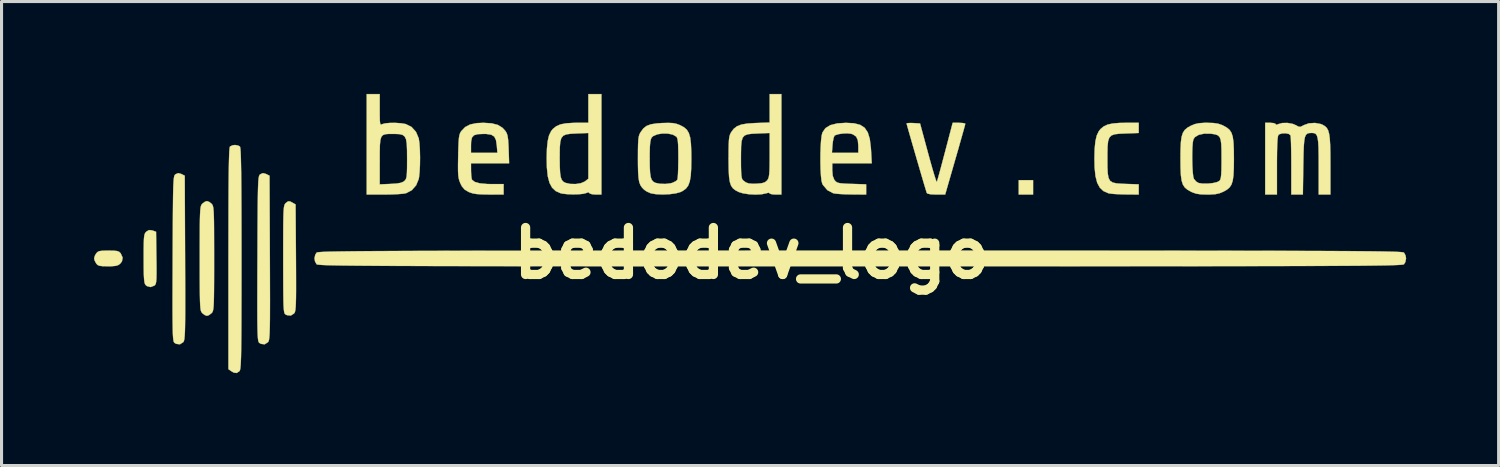
<source format=kicad_pcb>
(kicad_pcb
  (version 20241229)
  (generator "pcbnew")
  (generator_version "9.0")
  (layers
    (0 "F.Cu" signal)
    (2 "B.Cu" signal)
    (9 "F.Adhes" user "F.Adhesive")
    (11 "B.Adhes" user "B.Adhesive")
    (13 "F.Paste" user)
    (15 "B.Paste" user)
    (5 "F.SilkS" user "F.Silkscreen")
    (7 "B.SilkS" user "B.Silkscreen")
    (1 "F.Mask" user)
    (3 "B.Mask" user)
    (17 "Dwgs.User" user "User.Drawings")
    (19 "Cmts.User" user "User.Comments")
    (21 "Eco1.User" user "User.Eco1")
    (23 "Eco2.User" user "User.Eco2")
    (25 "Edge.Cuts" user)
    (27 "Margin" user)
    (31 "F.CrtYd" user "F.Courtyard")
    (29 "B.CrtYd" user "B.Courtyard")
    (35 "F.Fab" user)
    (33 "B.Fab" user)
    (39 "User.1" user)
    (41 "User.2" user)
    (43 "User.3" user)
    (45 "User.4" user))
  (footprint "bedodev_logo"
    (layer "F.Cu")
    (at 21.341 5.17)
    (property "Reference" "bedodev_logo" (at 0 0 0) (layer "F.SilkS") (effects (font (size 1.524 1.524) (thickness 0.3))))
    (attr through_hole)
    (fp_poly (pts (xy 9.144 -1.905) (xy 8.678 -1.905) (xy 8.678 -2.371) (xy 9.144 -2.371) (xy 9.144 -1.905)) (stroke (width 0.01) (type solid)) (fill yes) (layer "F.SilkS"))
    (fp_poly (pts (xy -20.699 -0.082) (xy -20.591 -0.071) (xy -20.525 -0.047) (xy -20.48 -0.004) (xy -20.471 0.009) (xy -20.41 0.144) (xy -20.433 0.265) (xy -20.489 0.339) (xy -20.551 0.384) (xy -20.636 0.41) (xy -20.768 0.422) (xy -20.889 0.423) (xy -21.056 0.42) (xy -21.16 0.408) (xy -21.223 0.381) (xy -21.268 0.333) (xy -21.27 0.329) (xy -21.32 0.235) (xy -21.336 0.169) (xy -21.313 0.086) (xy -21.27 0.009) (xy -21.227 -0.038) (xy -21.169 -0.067) (xy -21.072 -0.08) (xy -20.918 -0.085) (xy -20.87 -0.085) (xy -20.699 -0.082)) (stroke (width 0.01) (type solid)) (fill yes) (layer "F.SilkS"))
    (fp_poly (pts (xy -19.455 -0.742) (xy -19.44 -0.737) (xy -19.325 -0.697) (xy -19.314 0.149) (xy -19.31 0.44) (xy -19.31 0.658) (xy -19.313 0.814) (xy -19.321 0.919) (xy -19.334 0.986) (xy -19.353 1.026) (xy -19.375 1.048) (xy -19.501 1.098) (xy -19.62 1.067) (xy -19.661 1.034) (xy -19.685 0.998) (xy -19.702 0.937) (xy -19.714 0.839) (xy -19.722 0.693) (xy -19.726 0.486) (xy -19.727 0.208) (xy -19.727 0.173) (xy -19.727 -0.106) (xy -19.724 -0.313) (xy -19.719 -0.461) (xy -19.709 -0.56) (xy -19.694 -0.625) (xy -19.671 -0.668) (xy -19.641 -0.7) (xy -19.555 -0.752) (xy -19.455 -0.742)) (stroke (width 0.01) (type solid)) (fill yes) (layer "F.SilkS"))
    (fp_poly (pts (xy -14.976 -1.682) (xy -14.909 -1.648) (xy -14.796 -1.584) (xy -14.784 0.146) (xy -14.782 0.578) (xy -14.781 0.932) (xy -14.781 1.218) (xy -14.783 1.443) (xy -14.787 1.615) (xy -14.793 1.742) (xy -14.802 1.832) (xy -14.813 1.892) (xy -14.827 1.93) (xy -14.844 1.954) (xy -14.951 2.023) (xy -15.075 2.01) (xy -15.124 1.986) (xy -15.142 1.971) (xy -15.157 1.942) (xy -15.169 1.893) (xy -15.178 1.816) (xy -15.186 1.702) (xy -15.191 1.544) (xy -15.194 1.335) (xy -15.196 1.067) (xy -15.197 0.731) (xy -15.198 0.321) (xy -15.198 0.195) (xy -15.198 -0.236) (xy -15.197 -0.589) (xy -15.196 -0.874) (xy -15.193 -1.099) (xy -15.189 -1.27) (xy -15.182 -1.397) (xy -15.174 -1.486) (xy -15.162 -1.547) (xy -15.148 -1.586) (xy -15.13 -1.613) (xy -15.11 -1.632) (xy -15.04 -1.684) (xy -14.976 -1.682)) (stroke (width 0.01) (type solid)) (fill yes) (layer "F.SilkS"))
    (fp_poly (pts (xy 12.573 -3.903) (xy 12.146 -3.888) (xy 11.941 -3.879) (xy 11.79 -3.861) (xy 11.685 -3.822) (xy 11.618 -3.751) (xy 11.579 -3.636) (xy 11.562 -3.466) (xy 11.557 -3.228) (xy 11.557 -3.069) (xy 11.558 -2.791) (xy 11.568 -2.586) (xy 11.594 -2.443) (xy 11.645 -2.349) (xy 11.728 -2.295) (xy 11.854 -2.267) (xy 12.029 -2.255) (xy 12.146 -2.25) (xy 12.573 -2.236) (xy 12.573 -1.905) (xy 12.139 -1.909) (xy 11.942 -1.914) (xy 11.764 -1.924) (xy 11.631 -1.939) (xy 11.583 -1.949) (xy 11.428 -2.018) (xy 11.311 -2.128) (xy 11.226 -2.286) (xy 11.17 -2.502) (xy 11.141 -2.785) (xy 11.135 -3.082) (xy 11.143 -3.395) (xy 11.168 -3.638) (xy 11.211 -3.822) (xy 11.277 -3.96) (xy 11.335 -4.033) (xy 11.437 -4.117) (xy 11.564 -4.176) (xy 11.732 -4.212) (xy 11.957 -4.23) (xy 12.16 -4.233) (xy 12.573 -4.233) (xy 12.573 -3.903)) (stroke (width 0.01) (type solid)) (fill yes) (layer "F.SilkS"))
    (fp_poly (pts (xy 6.857 -4.227) (xy 6.931 -4.212) (xy 6.943 -4.202) (xy 6.932 -4.154) (xy 6.9 -4.036) (xy 6.85 -3.858) (xy 6.786 -3.631) (xy 6.711 -3.365) (xy 6.626 -3.072) (xy 6.616 -3.037) (xy 6.29 -1.905) (xy 6.001 -1.905) (xy 5.816 -1.913) (xy 5.714 -1.938) (xy 5.693 -1.958) (xy 5.674 -2.018) (xy 5.636 -2.144) (xy 5.582 -2.323) (xy 5.518 -2.542) (xy 5.446 -2.788) (xy 5.37 -3.049) (xy 5.294 -3.311) (xy 5.221 -3.563) (xy 5.156 -3.79) (xy 5.101 -3.981) (xy 5.062 -4.122) (xy 5.04 -4.2) (xy 5.038 -4.212) (xy 5.076 -4.224) (xy 5.173 -4.228) (xy 5.256 -4.225) (xy 5.475 -4.212) (xy 5.737 -3.243) (xy 5.811 -2.973) (xy 5.878 -2.736) (xy 5.936 -2.541) (xy 5.981 -2.4) (xy 6.01 -2.322) (xy 6.019 -2.311) (xy 6.035 -2.362) (xy 6.07 -2.482) (xy 6.119 -2.66) (xy 6.179 -2.884) (xy 6.247 -3.141) (xy 6.287 -3.291) (xy 6.534 -4.233) (xy 6.738 -4.233) (xy 6.857 -4.227)) (stroke (width 0.01) (type solid)) (fill yes) (layer "F.SilkS"))
    (fp_poly (pts (xy -18.516 -2.577) (xy -18.499 -2.569) (xy -18.394 -2.516) (xy -18.383 0.146) (xy -18.381 0.689) (xy -18.379 1.155) (xy -18.379 1.548) (xy -18.379 1.875) (xy -18.381 2.143) (xy -18.384 2.357) (xy -18.388 2.525) (xy -18.394 2.652) (xy -18.402 2.744) (xy -18.411 2.808) (xy -18.422 2.85) (xy -18.435 2.877) (xy -18.442 2.886) (xy -18.551 2.956) (xy -18.671 2.942) (xy -18.725 2.91) (xy -18.739 2.895) (xy -18.752 2.868) (xy -18.762 2.822) (xy -18.771 2.752) (xy -18.778 2.652) (xy -18.783 2.515) (xy -18.786 2.335) (xy -18.789 2.106) (xy -18.79 1.822) (xy -18.79 1.476) (xy -18.789 1.062) (xy -18.787 0.574) (xy -18.786 0.174) (xy -18.784 -0.368) (xy -18.781 -0.832) (xy -18.779 -1.225) (xy -18.776 -1.551) (xy -18.773 -1.818) (xy -18.769 -2.031) (xy -18.764 -2.197) (xy -18.757 -2.323) (xy -18.75 -2.414) (xy -18.74 -2.477) (xy -18.729 -2.517) (xy -18.715 -2.543) (xy -18.699 -2.558) (xy -18.69 -2.565) (xy -18.606 -2.6) (xy -18.516 -2.577)) (stroke (width 0.01) (type solid)) (fill yes) (layer "F.SilkS"))
    (fp_poly (pts (xy -16.661 -3.495) (xy -16.603 -3.463) (xy -16.594 -3.433) (xy -16.585 -3.362) (xy -16.578 -3.245) (xy -16.572 -3.079) (xy -16.567 -2.858) (xy -16.562 -2.58) (xy -16.559 -2.239) (xy -16.556 -1.833) (xy -16.554 -1.356) (xy -16.553 -0.804) (xy -16.552 -0.174) (xy -16.552 0.175) (xy -16.552 0.814) (xy -16.553 1.374) (xy -16.554 1.86) (xy -16.555 2.276) (xy -16.557 2.63) (xy -16.56 2.925) (xy -16.563 3.167) (xy -16.567 3.362) (xy -16.573 3.515) (xy -16.579 3.63) (xy -16.587 3.713) (xy -16.595 3.771) (xy -16.606 3.806) (xy -16.617 3.827) (xy -16.619 3.828) (xy -16.707 3.887) (xy -16.801 3.876) (xy -16.882 3.829) (xy -16.976 3.763) (xy -16.976 0.175) (xy -16.975 -0.496) (xy -16.974 -1.086) (xy -16.973 -1.6) (xy -16.971 -2.042) (xy -16.968 -2.416) (xy -16.964 -2.725) (xy -16.959 -2.974) (xy -16.953 -3.168) (xy -16.947 -3.309) (xy -16.939 -3.403) (xy -16.93 -3.453) (xy -16.925 -3.463) (xy -16.846 -3.502) (xy -16.764 -3.514) (xy -16.661 -3.495)) (stroke (width 0.01) (type solid)) (fill yes) (layer "F.SilkS"))
    (fp_poly (pts (xy -15.764 -2.577) (xy -15.748 -2.569) (xy -15.642 -2.516) (xy -15.631 0.146) (xy -15.629 0.689) (xy -15.628 1.155) (xy -15.627 1.548) (xy -15.628 1.875) (xy -15.629 2.143) (xy -15.632 2.357) (xy -15.637 2.525) (xy -15.642 2.652) (xy -15.65 2.744) (xy -15.659 2.808) (xy -15.67 2.85) (xy -15.684 2.877) (xy -15.691 2.886) (xy -15.799 2.956) (xy -15.919 2.942) (xy -15.973 2.91) (xy -15.988 2.895) (xy -16 2.868) (xy -16.011 2.822) (xy -16.019 2.752) (xy -16.026 2.652) (xy -16.031 2.515) (xy -16.035 2.335) (xy -16.037 2.106) (xy -16.038 1.822) (xy -16.038 1.476) (xy -16.037 1.062) (xy -16.036 0.574) (xy -16.034 0.174) (xy -16.032 -0.368) (xy -16.03 -0.832) (xy -16.027 -1.225) (xy -16.025 -1.551) (xy -16.021 -1.818) (xy -16.017 -2.031) (xy -16.012 -2.197) (xy -16.006 -2.323) (xy -15.998 -2.414) (xy -15.988 -2.477) (xy -15.977 -2.517) (xy -15.963 -2.543) (xy -15.948 -2.558) (xy -15.938 -2.565) (xy -15.855 -2.6) (xy -15.764 -2.577)) (stroke (width 0.01) (type solid)) (fill yes) (layer "F.SilkS"))
    (fp_poly (pts (xy -17.599 -1.665) (xy -17.526 -1.609) (xy -17.505 -1.585) (xy -17.488 -1.554) (xy -17.474 -1.508) (xy -17.463 -1.439) (xy -17.455 -1.338) (xy -17.449 -1.199) (xy -17.445 -1.011) (xy -17.443 -0.769) (xy -17.442 -0.462) (xy -17.441 -0.083) (xy -17.441 0.169) (xy -17.441 0.593) (xy -17.442 0.94) (xy -17.444 1.218) (xy -17.447 1.436) (xy -17.451 1.602) (xy -17.458 1.724) (xy -17.467 1.81) (xy -17.479 1.869) (xy -17.494 1.907) (xy -17.513 1.934) (xy -17.526 1.947) (xy -17.61 2.01) (xy -17.674 2.032) (xy -17.749 2.004) (xy -17.822 1.947) (xy -17.843 1.923) (xy -17.861 1.892) (xy -17.875 1.847) (xy -17.885 1.778) (xy -17.893 1.677) (xy -17.899 1.537) (xy -17.903 1.35) (xy -17.905 1.107) (xy -17.907 0.801) (xy -17.907 0.422) (xy -17.907 0.169) (xy -17.907 -0.254) (xy -17.906 -0.601) (xy -17.905 -0.88) (xy -17.902 -1.098) (xy -17.897 -1.264) (xy -17.89 -1.386) (xy -17.881 -1.472) (xy -17.869 -1.53) (xy -17.854 -1.568) (xy -17.835 -1.595) (xy -17.822 -1.609) (xy -17.739 -1.671) (xy -17.674 -1.693) (xy -17.599 -1.665)) (stroke (width 0.01) (type solid)) (fill yes) (layer "F.SilkS"))
    (fp_poly (pts (xy -4.868 -1.905) (xy -5.055 -1.905) (xy -5.172 -1.915) (xy -5.247 -1.94) (xy -5.258 -1.953) (xy -5.291 -1.981) (xy -5.365 -1.953) (xy -5.458 -1.929) (xy -5.608 -1.914) (xy -5.787 -1.91) (xy -5.969 -1.916) (xy -6.125 -1.933) (xy -6.197 -1.949) (xy -6.352 -2.018) (xy -6.469 -2.128) (xy -6.554 -2.286) (xy -6.61 -2.502) (xy -6.639 -2.785) (xy -6.645 -3.082) (xy -6.645 -3.083) (xy -6.223 -3.083) (xy -6.22 -2.812) (xy -6.21 -2.614) (xy -6.19 -2.475) (xy -6.156 -2.382) (xy -6.107 -2.323) (xy -6.04 -2.286) (xy -5.883 -2.25) (xy -5.701 -2.246) (xy -5.531 -2.274) (xy -5.406 -2.329) (xy -5.403 -2.331) (xy -5.292 -2.419) (xy -5.292 -3.903) (xy -5.676 -3.888) (xy -5.868 -3.878) (xy -6.009 -3.858) (xy -6.106 -3.816) (xy -6.169 -3.74) (xy -6.204 -3.618) (xy -6.219 -3.439) (xy -6.223 -3.192) (xy -6.223 -3.083) (xy -6.645 -3.083) (xy -6.637 -3.395) (xy -6.612 -3.638) (xy -6.569 -3.822) (xy -6.503 -3.96) (xy -6.445 -4.033) (xy -6.336 -4.121) (xy -6.198 -4.182) (xy -6.016 -4.217) (xy -5.772 -4.232) (xy -5.662 -4.233) (xy -5.292 -4.233) (xy -5.292 -5.165) (xy -4.868 -5.165) (xy -4.868 -1.905)) (stroke (width 0.01) (type solid)) (fill yes) (layer "F.SilkS"))
    (fp_poly (pts (xy 3.331 -4.218) (xy 3.531 -4.167) (xy 3.677 -4.072) (xy 3.778 -3.922) (xy 3.843 -3.71) (xy 3.878 -3.427) (xy 3.884 -3.345) (xy 3.907 -2.921) (xy 2.625 -2.921) (xy 2.625 -2.693) (xy 2.64 -2.511) (xy 2.689 -2.387) (xy 2.706 -2.365) (xy 2.747 -2.321) (xy 2.8 -2.291) (xy 2.88 -2.272) (xy 3.005 -2.261) (xy 3.193 -2.252) (xy 3.256 -2.251) (xy 3.725 -2.236) (xy 3.725 -1.905) (xy 3.249 -1.909) (xy 3.044 -1.913) (xy 2.859 -1.923) (xy 2.718 -1.936) (xy 2.652 -1.949) (xy 2.467 -2.047) (xy 2.324 -2.215) (xy 2.303 -2.252) (xy 2.277 -2.347) (xy 2.259 -2.507) (xy 2.246 -2.715) (xy 2.24 -2.952) (xy 2.241 -3.199) (xy 2.243 -3.26) (xy 2.614 -3.26) (xy 3.471 -3.26) (xy 3.471 -3.489) (xy 3.455 -3.671) (xy 3.399 -3.789) (xy 3.295 -3.859) (xy 3.233 -3.879) (xy 3.114 -3.892) (xy 2.968 -3.886) (xy 2.827 -3.865) (xy 2.723 -3.832) (xy 2.698 -3.815) (xy 2.67 -3.75) (xy 2.646 -3.63) (xy 2.633 -3.514) (xy 2.614 -3.26) (xy 2.243 -3.26) (xy 2.248 -3.438) (xy 2.261 -3.651) (xy 2.281 -3.818) (xy 2.306 -3.919) (xy 2.404 -4.06) (xy 2.564 -4.158) (xy 2.792 -4.215) (xy 3.07 -4.232) (xy 3.331 -4.218)) (stroke (width 0.01) (type solid)) (fill yes) (layer "F.SilkS"))
    (fp_poly (pts (xy -8.435 -4.217) (xy -8.234 -4.166) (xy -8.081 -4.073) (xy -7.983 -3.966) (xy -7.943 -3.898) (xy -7.915 -3.81) (xy -7.897 -3.685) (xy -7.885 -3.504) (xy -7.88 -3.384) (xy -7.865 -2.921) (xy -9.102 -2.921) (xy -9.101 -2.678) (xy -9.095 -2.536) (xy -9.082 -2.426) (xy -9.068 -2.384) (xy -8.981 -2.315) (xy -8.818 -2.269) (xy -8.578 -2.247) (xy -8.422 -2.244) (xy -8.043 -2.244) (xy -8.043 -1.905) (xy -8.52 -1.906) (xy -8.753 -1.91) (xy -8.923 -1.922) (xy -9.051 -1.944) (xy -9.158 -1.981) (xy -9.178 -1.989) (xy -9.309 -2.067) (xy -9.398 -2.172) (xy -9.446 -2.267) (xy -9.478 -2.349) (xy -9.501 -2.432) (xy -9.515 -2.534) (xy -9.522 -2.67) (xy -9.523 -2.856) (xy -9.519 -3.108) (xy -9.518 -3.154) (xy -9.512 -3.416) (xy -9.508 -3.508) (xy -9.102 -3.508) (xy -9.102 -3.26) (xy -8.245 -3.26) (xy -8.264 -3.495) (xy -8.291 -3.674) (xy -8.346 -3.787) (xy -8.445 -3.848) (xy -8.605 -3.872) (xy -8.695 -3.873) (xy -8.884 -3.865) (xy -9.004 -3.83) (xy -9.071 -3.755) (xy -9.098 -3.627) (xy -9.102 -3.508) (xy -9.508 -3.508) (xy -9.504 -3.608) (xy -9.493 -3.743) (xy -9.477 -3.837) (xy -9.454 -3.904) (xy -9.422 -3.957) (xy -9.416 -3.966) (xy -9.29 -4.096) (xy -9.128 -4.18) (xy -8.916 -4.223) (xy -8.7 -4.233) (xy -8.435 -4.217)) (stroke (width 0.01) (type solid)) (fill yes) (layer "F.SilkS"))
    (fp_poly (pts (xy -12.065 -4.655) (xy -12.064 -4.441) (xy -12.061 -4.299) (xy -12.052 -4.216) (xy -12.037 -4.18) (xy -12.011 -4.177) (xy -11.983 -4.19) (xy -11.885 -4.216) (xy -11.732 -4.23) (xy -11.552 -4.231) (xy -11.374 -4.219) (xy -11.227 -4.194) (xy -11.216 -4.191) (xy -11.031 -4.098) (xy -10.888 -3.94) (xy -10.8 -3.733) (xy -10.798 -3.725) (xy -10.776 -3.572) (xy -10.762 -3.361) (xy -10.756 -3.119) (xy -10.759 -2.871) (xy -10.77 -2.644) (xy -10.789 -2.465) (xy -10.798 -2.413) (xy -10.883 -2.205) (xy -11.025 -2.045) (xy -11.209 -1.949) (xy -11.216 -1.947) (xy -11.315 -1.931) (xy -11.478 -1.918) (xy -11.681 -1.909) (xy -11.904 -1.905) (xy -11.927 -1.905) (xy -12.488 -1.905) (xy -12.488 -3.016) (xy -12.065 -3.016) (xy -12.065 -2.996) (xy -12.065 -2.235) (xy -11.71 -2.25) (xy -11.515 -2.263) (xy -11.384 -2.285) (xy -11.299 -2.32) (xy -11.265 -2.345) (xy -11.231 -2.382) (xy -11.207 -2.428) (xy -11.191 -2.499) (xy -11.182 -2.609) (xy -11.177 -2.771) (xy -11.176 -3) (xy -11.176 -3.069) (xy -11.178 -3.348) (xy -11.187 -3.554) (xy -11.21 -3.698) (xy -11.255 -3.79) (xy -11.326 -3.843) (xy -11.43 -3.867) (xy -11.575 -3.873) (xy -11.64 -3.873) (xy -11.782 -3.873) (xy -11.888 -3.863) (xy -11.964 -3.833) (xy -12.014 -3.774) (xy -12.044 -3.673) (xy -12.059 -3.52) (xy -12.064 -3.305) (xy -12.065 -3.016) (xy -12.488 -3.016) (xy -12.488 -5.165) (xy -12.065 -5.165) (xy -12.065 -4.655)) (stroke (width 0.01) (type solid)) (fill yes) (layer "F.SilkS"))
    (fp_poly (pts (xy 0.974 -1.905) (xy 0.783 -1.905) (xy 0.67 -1.913) (xy 0.601 -1.934) (xy 0.593 -1.946) (xy 0.559 -1.966) (xy 0.484 -1.946) (xy 0.333 -1.914) (xy 0.134 -1.904) (xy -0.08 -1.915) (xy -0.277 -1.946) (xy -0.41 -1.987) (xy -0.519 -2.044) (xy -0.602 -2.11) (xy -0.661 -2.197) (xy -0.701 -2.318) (xy -0.725 -2.484) (xy -0.737 -2.708) (xy -0.741 -3.002) (xy -0.741 -3.069) (xy -0.339 -3.069) (xy -0.338 -2.818) (xy -0.333 -2.637) (xy -0.324 -2.514) (xy -0.31 -2.435) (xy -0.287 -2.387) (xy -0.265 -2.362) (xy -0.178 -2.298) (xy -0.085 -2.265) (xy 0.044 -2.254) (xy 0.186 -2.258) (xy 0.342 -2.273) (xy 0.441 -2.305) (xy 0.509 -2.361) (xy 0.514 -2.368) (xy 0.543 -2.412) (xy 0.564 -2.471) (xy 0.578 -2.558) (xy 0.587 -2.687) (xy 0.591 -2.87) (xy 0.593 -3.122) (xy 0.593 -3.184) (xy 0.593 -3.903) (xy 0.216 -3.888) (xy 0.023 -3.879) (xy -0.119 -3.861) (xy -0.218 -3.823) (xy -0.282 -3.753) (xy -0.318 -3.639) (xy -0.334 -3.471) (xy -0.338 -3.236) (xy -0.339 -3.069) (xy -0.741 -3.069) (xy -0.74 -3.339) (xy -0.736 -3.539) (xy -0.728 -3.682) (xy -0.714 -3.783) (xy -0.693 -3.856) (xy -0.664 -3.915) (xy -0.661 -3.921) (xy -0.574 -4.038) (xy -0.468 -4.121) (xy -0.327 -4.176) (xy -0.135 -4.209) (xy 0.124 -4.226) (xy 0.138 -4.226) (xy 0.593 -4.243) (xy 0.593 -5.165) (xy 0.974 -5.165) (xy 0.974 -1.905)) (stroke (width 0.01) (type solid)) (fill yes) (layer "F.SilkS"))
    (fp_poly (pts (xy 16.955 -4.224) (xy 17.014 -4.199) (xy 17.018 -4.19) (xy 17.044 -4.167) (xy 17.1 -4.19) (xy 17.235 -4.227) (xy 17.407 -4.229) (xy 17.575 -4.198) (xy 17.674 -4.156) (xy 17.765 -4.107) (xy 17.83 -4.104) (xy 17.915 -4.148) (xy 17.928 -4.156) (xy 18.095 -4.216) (xy 18.294 -4.229) (xy 18.484 -4.194) (xy 18.547 -4.167) (xy 18.621 -4.122) (xy 18.679 -4.065) (xy 18.723 -3.985) (xy 18.754 -3.874) (xy 18.775 -3.72) (xy 18.788 -3.512) (xy 18.794 -3.242) (xy 18.796 -2.899) (xy 18.796 -2.859) (xy 18.796 -1.905) (xy 18.415 -1.905) (xy 18.415 -2.828) (xy 18.414 -3.158) (xy 18.41 -3.413) (xy 18.4 -3.603) (xy 18.382 -3.736) (xy 18.355 -3.824) (xy 18.317 -3.875) (xy 18.265 -3.899) (xy 18.197 -3.905) (xy 18.186 -3.905) (xy 18.107 -3.901) (xy 18.046 -3.884) (xy 18.001 -3.842) (xy 17.968 -3.767) (xy 17.946 -3.648) (xy 17.932 -3.477) (xy 17.923 -3.243) (xy 17.917 -2.938) (xy 17.915 -2.835) (xy 17.902 -1.905) (xy 17.526 -1.905) (xy 17.526 -2.833) (xy 17.525 -3.108) (xy 17.522 -3.357) (xy 17.517 -3.566) (xy 17.511 -3.723) (xy 17.503 -3.813) (xy 17.5 -3.828) (xy 17.444 -3.873) (xy 17.34 -3.894) (xy 17.224 -3.889) (xy 17.13 -3.858) (xy 17.111 -3.844) (xy 17.093 -3.796) (xy 17.079 -3.69) (xy 17.069 -3.52) (xy 17.063 -3.28) (xy 17.06 -2.963) (xy 17.06 -2.849) (xy 17.06 -1.905) (xy 16.679 -1.905) (xy 16.679 -4.233) (xy 16.849 -4.233) (xy 16.955 -4.224)) (stroke (width 0.01) (type solid)) (fill yes) (layer "F.SilkS"))
    (fp_poly (pts (xy 14.999 -4.227) (xy 15.15 -4.205) (xy 15.278 -4.161) (xy 15.326 -4.138) (xy 15.44 -4.073) (xy 15.525 -4) (xy 15.585 -3.906) (xy 15.625 -3.779) (xy 15.649 -3.605) (xy 15.66 -3.371) (xy 15.663 -3.069) (xy 15.66 -2.765) (xy 15.649 -2.532) (xy 15.625 -2.359) (xy 15.585 -2.231) (xy 15.524 -2.138) (xy 15.439 -2.065) (xy 15.326 -2) (xy 15.198 -1.947) (xy 15.06 -1.917) (xy 14.88 -1.906) (xy 14.796 -1.905) (xy 14.592 -1.911) (xy 14.441 -1.933) (xy 14.313 -1.977) (xy 14.265 -2) (xy 14.151 -2.065) (xy 14.066 -2.138) (xy 14.006 -2.232) (xy 13.966 -2.36) (xy 13.942 -2.534) (xy 13.931 -2.767) (xy 13.928 -3.031) (xy 14.31 -3.031) (xy 14.315 -2.819) (xy 14.327 -2.631) (xy 14.343 -2.488) (xy 14.363 -2.415) (xy 14.441 -2.324) (xy 14.521 -2.279) (xy 14.65 -2.259) (xy 14.811 -2.259) (xy 14.975 -2.276) (xy 15.112 -2.307) (xy 15.193 -2.348) (xy 15.22 -2.387) (xy 15.239 -2.452) (xy 15.251 -2.556) (xy 15.258 -2.711) (xy 15.261 -2.931) (xy 15.261 -3.069) (xy 15.26 -3.342) (xy 15.253 -3.542) (xy 15.234 -3.681) (xy 15.199 -3.772) (xy 15.143 -3.827) (xy 15.06 -3.858) (xy 14.945 -3.876) (xy 14.915 -3.88) (xy 14.703 -3.883) (xy 14.525 -3.845) (xy 14.398 -3.77) (xy 14.348 -3.697) (xy 14.329 -3.6) (xy 14.316 -3.443) (xy 14.31 -3.246) (xy 14.31 -3.031) (xy 13.928 -3.031) (xy 13.928 -3.069) (xy 13.931 -3.374) (xy 13.942 -3.606) (xy 13.966 -3.78) (xy 14.006 -3.907) (xy 14.067 -4.001) (xy 14.152 -4.074) (xy 14.265 -4.138) (xy 14.393 -4.191) (xy 14.531 -4.221) (xy 14.711 -4.233) (xy 14.796 -4.233) (xy 14.999 -4.227)) (stroke (width 0.01) (type solid)) (fill yes) (layer "F.SilkS"))
    (fp_poly (pts (xy -2.55 -4.224) (xy -2.433 -4.201) (xy -2.32 -4.159) (xy -2.312 -4.155) (xy -2.19 -4.09) (xy -2.098 -4.011) (xy -2.032 -3.904) (xy -1.988 -3.758) (xy -1.963 -3.56) (xy -1.951 -3.299) (xy -1.949 -3.069) (xy -1.954 -2.754) (xy -1.969 -2.512) (xy -2.001 -2.33) (xy -2.051 -2.196) (xy -2.124 -2.098) (xy -2.224 -2.025) (xy -2.295 -1.989) (xy -2.447 -1.945) (xy -2.652 -1.917) (xy -2.877 -1.907) (xy -3.093 -1.916) (xy -3.267 -1.946) (xy -3.275 -1.949) (xy -3.396 -2.003) (xy -3.48 -2.061) (xy -3.551 -2.133) (xy -3.603 -2.211) (xy -3.64 -2.309) (xy -3.663 -2.441) (xy -3.676 -2.62) (xy -3.682 -2.86) (xy -3.683 -3.078) (xy -3.683 -3.078) (xy -3.302 -3.078) (xy -3.299 -2.809) (xy -3.289 -2.611) (xy -3.268 -2.472) (xy -3.234 -2.38) (xy -3.184 -2.322) (xy -3.119 -2.286) (xy -2.975 -2.255) (xy -2.795 -2.249) (xy -2.624 -2.269) (xy -2.554 -2.289) (xy -2.458 -2.337) (xy -2.404 -2.384) (xy -2.393 -2.442) (xy -2.383 -2.569) (xy -2.376 -2.748) (xy -2.372 -2.963) (xy -2.371 -3.077) (xy -2.373 -3.335) (xy -2.378 -3.521) (xy -2.388 -3.648) (xy -2.405 -3.729) (xy -2.428 -3.776) (xy -2.436 -3.784) (xy -2.549 -3.85) (xy -2.709 -3.884) (xy -2.886 -3.887) (xy -3.054 -3.86) (xy -3.187 -3.804) (xy -3.238 -3.756) (xy -3.265 -3.696) (xy -3.284 -3.601) (xy -3.296 -3.457) (xy -3.301 -3.25) (xy -3.302 -3.078) (xy -3.683 -3.078) (xy -3.682 -3.345) (xy -3.678 -3.542) (xy -3.67 -3.683) (xy -3.656 -3.783) (xy -3.635 -3.856) (xy -3.605 -3.915) (xy -3.6 -3.924) (xy -3.509 -4.048) (xy -3.403 -4.132) (xy -3.262 -4.185) (xy -3.068 -4.215) (xy -2.9 -4.226) (xy -2.696 -4.231) (xy -2.55 -4.224)) (stroke (width 0.01) (type solid)) (fill yes) (layer "F.SilkS"))
    (fp_poly (pts (xy 4.996 -0.085) (xy 6.374 -0.085) (xy 7.673 -0.084) (xy 8.894 -0.084) (xy 10.04 -0.084) (xy 11.113 -0.084) (xy 12.115 -0.083) (xy 13.05 -0.083) (xy 13.918 -0.082) (xy 14.724 -0.081) (xy 15.468 -0.08) (xy 16.153 -0.079) (xy 16.783 -0.078) (xy 17.358 -0.077) (xy 17.882 -0.075) (xy 18.356 -0.074) (xy 18.784 -0.072) (xy 19.167 -0.07) (xy 19.508 -0.068) (xy 19.81 -0.065) (xy 20.074 -0.063) (xy 20.303 -0.06) (xy 20.499 -0.057) (xy 20.665 -0.053) (xy 20.803 -0.05) (xy 20.915 -0.046) (xy 21.005 -0.042) (xy 21.073 -0.038) (xy 21.123 -0.033) (xy 21.157 -0.028) (xy 21.177 -0.023) (xy 21.185 -0.018) (xy 21.235 0.073) (xy 21.251 0.169) (xy 21.229 0.283) (xy 21.185 0.357) (xy 21.174 0.362) (xy 21.151 0.368) (xy 21.114 0.372) (xy 21.061 0.377) (xy 20.988 0.381) (xy 20.895 0.385) (xy 20.777 0.389) (xy 20.634 0.393) (xy 20.462 0.396) (xy 20.259 0.399) (xy 20.023 0.402) (xy 19.752 0.405) (xy 19.443 0.407) (xy 19.093 0.409) (xy 18.701 0.411) (xy 18.264 0.413) (xy 17.78 0.414) (xy 17.246 0.416) (xy 16.66 0.417) (xy 16.019 0.418) (xy 15.322 0.419) (xy 14.565 0.42) (xy 13.748 0.421) (xy 12.866 0.421) (xy 11.918 0.422) (xy 10.901 0.422) (xy 9.814 0.423) (xy 8.653 0.423) (xy 7.416 0.423) (xy 6.101 0.423) (xy 4.706 0.423) (xy 3.535 0.423) (xy 2.074 0.423) (xy 0.695 0.423) (xy -0.603 0.423) (xy -1.824 0.423) (xy -2.97 0.423) (xy -4.043 0.422) (xy -5.046 0.422) (xy -5.98 0.421) (xy -6.849 0.421) (xy -7.654 0.42) (xy -8.398 0.419) (xy -9.084 0.418) (xy -9.713 0.417) (xy -10.288 0.416) (xy -10.812 0.414) (xy -11.287 0.412) (xy -11.714 0.411) (xy -12.098 0.409) (xy -12.439 0.406) (xy -12.74 0.404) (xy -13.004 0.401) (xy -13.233 0.399) (xy -13.429 0.395) (xy -13.595 0.392) (xy -13.733 0.389) (xy -13.846 0.385) (xy -13.935 0.381) (xy -14.003 0.376) (xy -14.053 0.371) (xy -14.087 0.367) (xy -14.107 0.361) (xy -14.115 0.357) (xy -14.165 0.266) (xy -14.182 0.169) (xy -14.159 0.056) (xy -14.115 -0.018) (xy -14.104 -0.024) (xy -14.082 -0.029) (xy -14.045 -0.034) (xy -13.991 -0.038) (xy -13.919 -0.043) (xy -13.825 -0.047) (xy -13.707 -0.051) (xy -13.564 -0.054) (xy -13.392 -0.057) (xy -13.189 -0.06) (xy -12.953 -0.063) (xy -12.682 -0.066) (xy -12.373 -0.068) (xy -12.023 -0.07) (xy -11.631 -0.072) (xy -11.194 -0.074) (xy -10.71 -0.076) (xy -10.176 -0.077) (xy -9.59 -0.079) (xy -8.949 -0.08) (xy -8.252 -0.081) (xy -7.496 -0.081) (xy -6.678 -0.082) (xy -5.796 -0.083) (xy -4.848 -0.083) (xy -3.831 -0.084) (xy -2.744 -0.084) (xy -1.583 -0.084) (xy -0.346 -0.084) (xy 0.968 -0.085) (xy 2.363 -0.085) (xy 3.535 -0.085) (xy 4.996 -0.085)) (stroke (width 0.01) (type solid)) (fill yes) (layer "F.SilkS")))
  (gr_rect
    (start -3 -3)
    (end 45.597 12.062)
    (stroke (width 0.1) (type default))
    (fill no)
    (layer "Edge.Cuts")))
</source>
